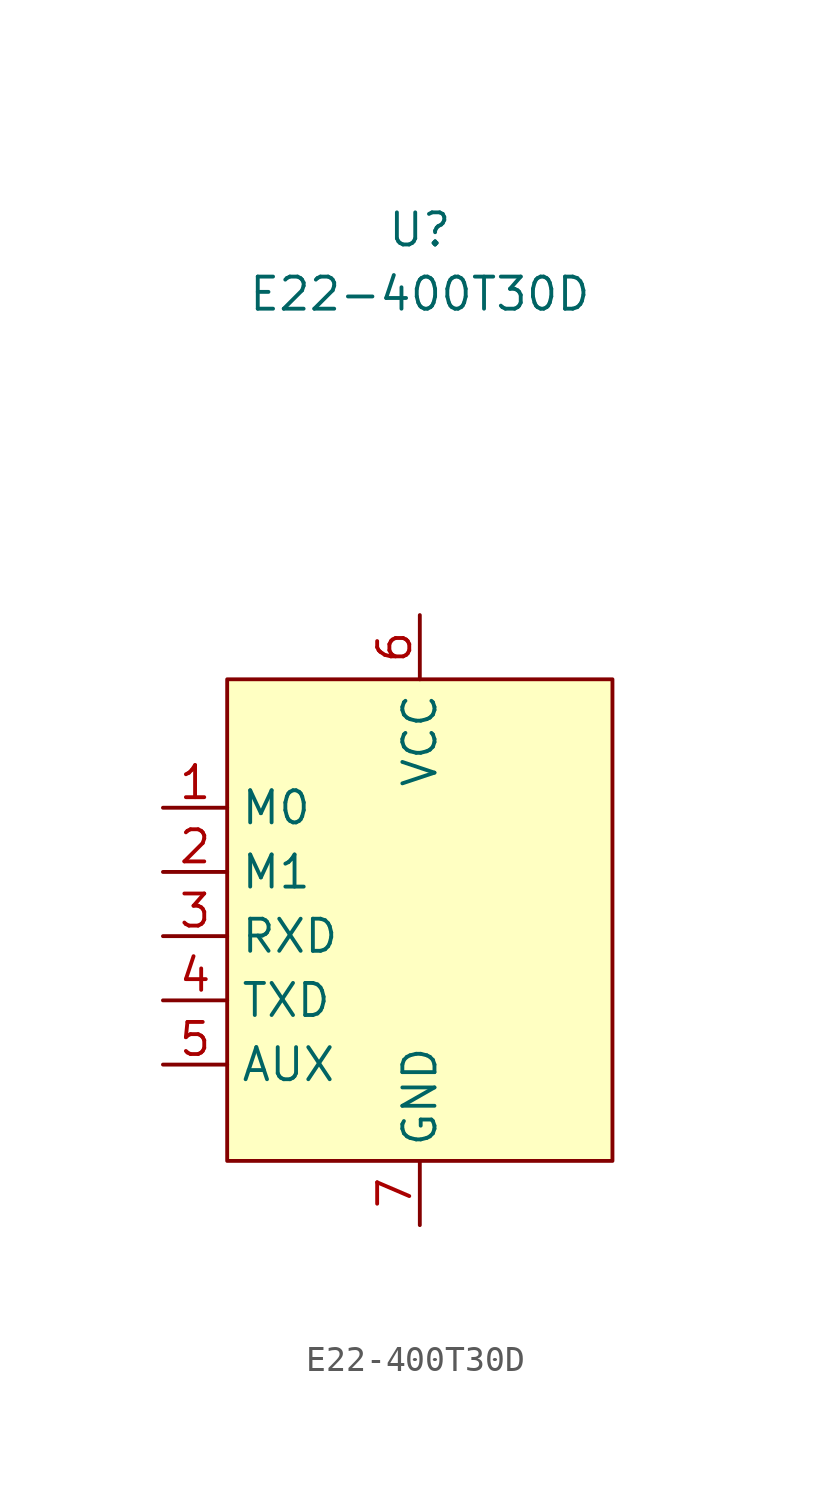
<source format=kicad_sym>
(kicad_symbol_lib
  (version 20220914)
  (generator kicad_symbol_editor)
  (symbol "E22-400T30D"
    (property "Reference" "U"
      (at 0 27.94 0)
      (effects (font (size 1.27 1.27))))
    (property "Value" "E22-400T30D"
      (at 0 25.4 0)
      (effects (font (size 1.27 1.27))))
    (symbol "E22-400T30D_1_1"
      (rectangle (start -7.62 10.16) (end 7.62 -8.89) (stroke (width 0) (type default)) (fill (type background)))
      (pin input line (at -10.16 5.08 0) (length 2.54) (name "M0" (effects (font (size 1.27 1.27)))) (number "1" (effects (font (size 1.27 1.27)))))
      (pin no_connect line (at 10.16 -1.27 180) (length 2.54) hide (name "NC" (effects (font (size 1.27 1.27)))) (number "10" (effects (font (size 1.27 1.27)))))
      (pin no_connect line (at 10.16 -3.81 180) (length 2.54) hide (name "NC" (effects (font (size 1.27 1.27)))) (number "11" (effects (font (size 1.27 1.27)))))
      (pin input line (at -10.16 2.54 0) (length 2.54) (name "M1" (effects (font (size 1.27 1.27)))) (number "2" (effects (font (size 1.27 1.27)))))
      (pin input line (at -10.16 0 0) (length 2.54) (name "RXD" (effects (font (size 1.27 1.27)))) (number "3" (effects (font (size 1.27 1.27)))))
      (pin output line (at -10.16 -2.54 0) (length 2.54) (name "TXD" (effects (font (size 1.27 1.27)))) (number "4" (effects (font (size 1.27 1.27)))))
      (pin output line (at -10.16 -5.08 0) (length 2.54) (name "AUX" (effects (font (size 1.27 1.27)))) (number "5" (effects (font (size 1.27 1.27)))))
      (pin power_in line (at 0 12.7 270) (length 2.54) (name "VCC" (effects (font (size 1.27 1.27)))) (number "6" (effects (font (size 1.27 1.27)))))
      (pin power_in line (at 0 -11.43 90) (length 2.54) (name "GND" (effects (font (size 1.27 1.27)))) (number "7" (effects (font (size 1.27 1.27)))))
      (pin no_connect line (at 10.16 3.81 180) (length 2.54) hide (name "NC" (effects (font (size 1.27 1.27)))) (number "8" (effects (font (size 1.27 1.27)))))
      (pin no_connect line (at 10.16 1.27 180) (length 2.54) hide (name "NC" (effects (font (size 1.27 1.27)))) (number "9" (effects (font (size 1.27 1.27))))))))
</source>
